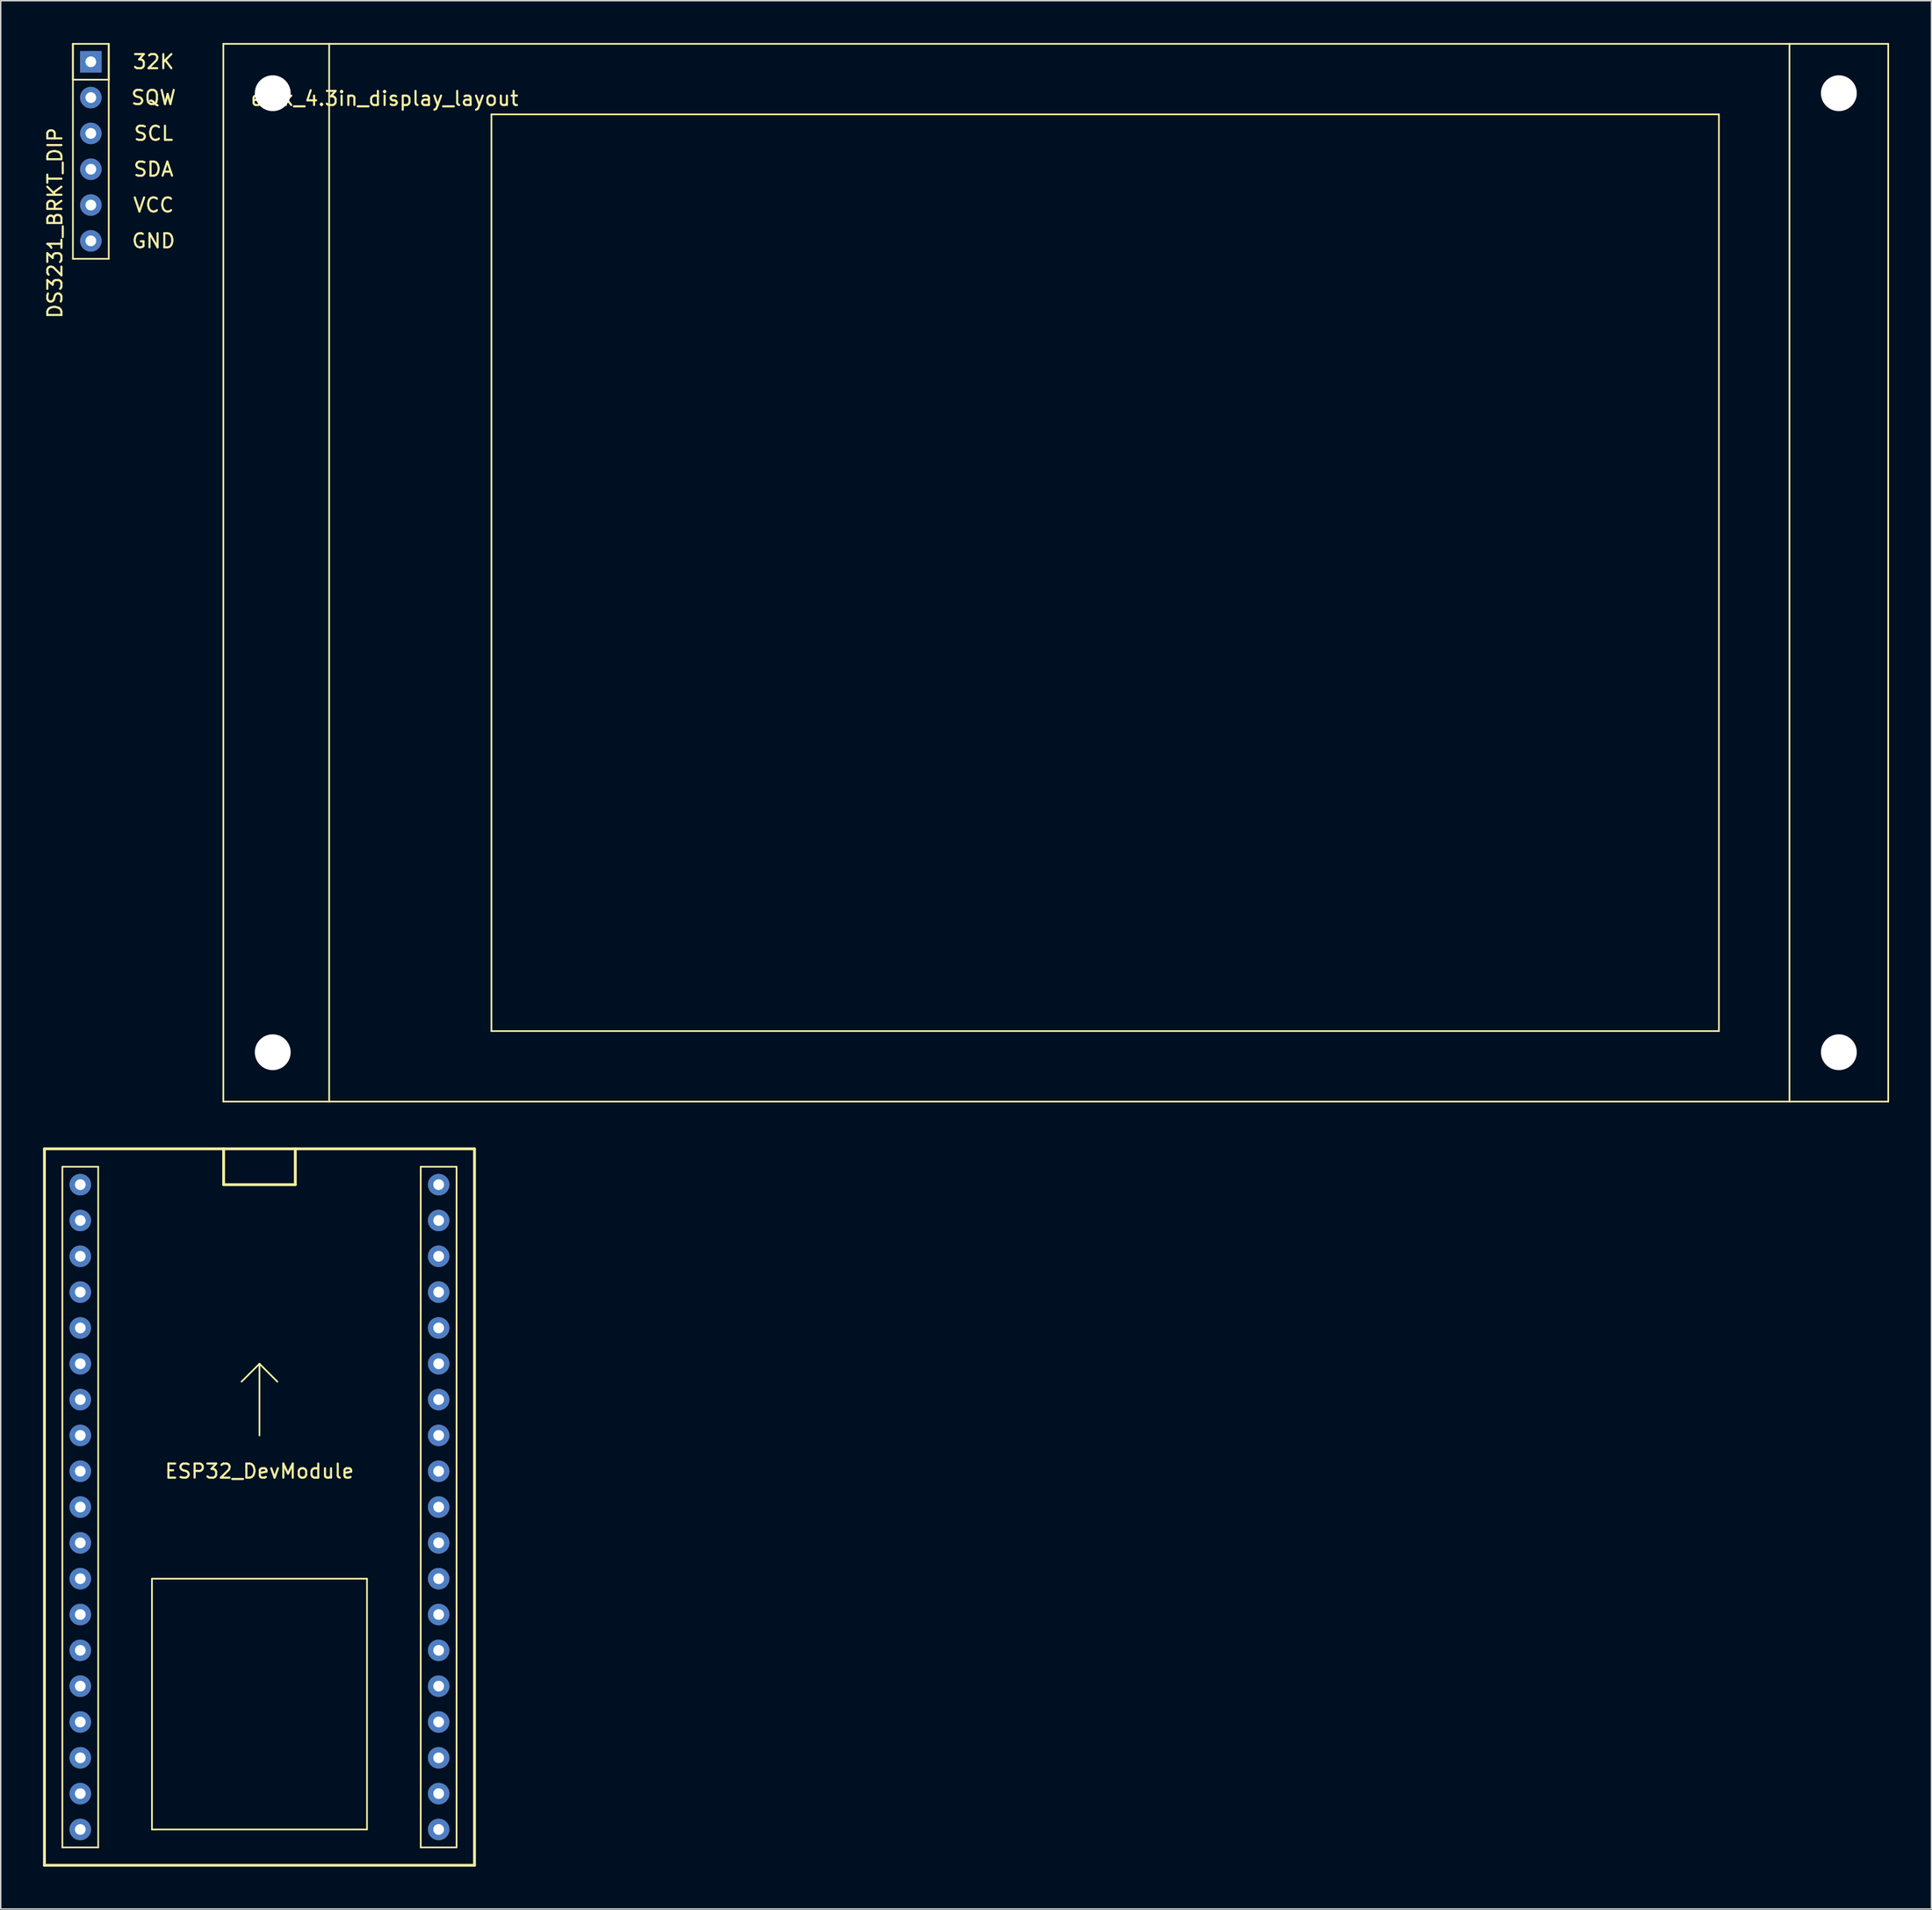
<source format=kicad_pcb>
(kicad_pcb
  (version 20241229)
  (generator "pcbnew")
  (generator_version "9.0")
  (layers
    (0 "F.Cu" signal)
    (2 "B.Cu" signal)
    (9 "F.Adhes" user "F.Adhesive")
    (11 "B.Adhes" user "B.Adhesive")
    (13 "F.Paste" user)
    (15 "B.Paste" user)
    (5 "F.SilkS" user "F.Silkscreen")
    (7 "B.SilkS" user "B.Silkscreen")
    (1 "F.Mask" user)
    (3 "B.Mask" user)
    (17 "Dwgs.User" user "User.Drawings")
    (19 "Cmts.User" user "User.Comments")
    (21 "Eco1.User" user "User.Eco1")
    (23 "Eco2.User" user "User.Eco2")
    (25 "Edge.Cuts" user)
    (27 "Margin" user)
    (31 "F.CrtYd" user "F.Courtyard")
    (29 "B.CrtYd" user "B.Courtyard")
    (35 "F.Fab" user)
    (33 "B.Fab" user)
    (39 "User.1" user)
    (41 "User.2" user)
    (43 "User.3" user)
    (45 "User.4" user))
  (footprint "DS3231_BRKT_DIP"
    (layer "F.Cu")
    (at 3.388 1.33)
    (property "Reference" "DS3231_BRKT_DIP" (at -2.54 11.43 90) (layer "F.SilkS") (effects (font (size 1 1) (thickness 0.15))))
    (attr through_hole)
    (fp_line (start -1.27 -1.27) (end -1.27 1.27) (stroke (width 0.12) (type solid)) (layer "F.SilkS"))
    (fp_line (start -1.27 -1.27) (end 1.27 -1.27) (stroke (width 0.12) (type solid)) (layer "F.SilkS"))
    (fp_line (start -1.27 1.27) (end 1.27 1.27) (stroke (width 0.12) (type solid)) (layer "F.SilkS"))
    (fp_line (start -1.27 13.97) (end -1.27 -1.27) (stroke (width 0.12) (type solid)) (layer "F.SilkS"))
    (fp_line (start 1.27 -1.27) (end 1.27 13.97) (stroke (width 0.12) (type solid)) (layer "F.SilkS"))
    (fp_line (start 1.27 1.27) (end 1.27 -1.27) (stroke (width 0.12) (type solid)) (layer "F.SilkS"))
    (fp_line (start 1.27 13.97) (end -1.27 13.97) (stroke (width 0.12) (type solid)) (layer "F.SilkS"))
    (fp_text user "SCL" (at 4.445 5.08 0) (layer "F.SilkS") (effects (font (size 1 1) (thickness 0.15))))
    (fp_text user "VCC" (at 4.445 10.16 0) (layer "F.SilkS") (effects (font (size 1 1) (thickness 0.15))))
    (fp_text user "GND" (at 4.445 12.7 0) (layer "F.SilkS") (effects (font (size 1 1) (thickness 0.15))))
    (fp_text user "32K" (at 4.445 0 0) (layer "F.SilkS") (effects (font (size 1 1) (thickness 0.15))))
    (fp_text user "SDA" (at 4.445 7.62 0) (layer "F.SilkS") (effects (font (size 1 1) (thickness 0.15))))
    (fp_text user "SQW" (at 4.445 2.54 0) (layer "F.SilkS") (effects (font (size 1 1) (thickness 0.15))))
    (pad "1" thru_hole rect (at 0 0) (size 1.524 1.524) (drill 0.762) (layers "*.Cu" "*.Mask"))
    (pad "2" thru_hole circle (at 0 2.54) (size 1.524 1.524) (drill 0.762) (layers "*.Cu" "*.Mask"))
    (pad "3" thru_hole circle (at 0 5.08) (size 1.524 1.524) (drill 0.762) (layers "*.Cu" "*.Mask"))
    (pad "4" thru_hole circle (at 0 7.62) (size 1.524 1.524) (drill 0.762) (layers "*.Cu" "*.Mask"))
    (pad "5" thru_hole circle (at 0 10.16) (size 1.524 1.524) (drill 0.762) (layers "*.Cu" "*.Mask"))
    (pad "6" thru_hole circle (at 0 12.7) (size 1.524 1.524) (drill 0.762) (layers "*.Cu" "*.Mask")))
  (footprint "ESP32_DevModule"
    (layer "F.Cu")
    (at 2.64 80.95)
    (property "Reference" "ESP32_DevModule" (at 12.7 20.32 0) (layer "F.SilkS") (effects (font (size 1 1) (thickness 0.15))))
    (attr through_hole)
    (fp_line (start -2.54 -2.54) (end 27.94 -2.54) (stroke (width 0.2) (type solid)) (layer "F.SilkS"))
    (fp_line (start -2.54 48.26) (end -2.54 -2.54) (stroke (width 0.2) (type solid)) (layer "F.SilkS"))
    (fp_line (start -1.27 -1.27) (end 1.27 -1.27) (stroke (width 0.12) (type solid)) (layer "F.SilkS"))
    (fp_line (start -1.27 46.99) (end -1.27 -1.27) (stroke (width 0.12) (type solid)) (layer "F.SilkS"))
    (fp_line (start 1.27 -1.27) (end 1.27 46.99) (stroke (width 0.12) (type solid)) (layer "F.SilkS"))
    (fp_line (start 1.27 46.99) (end -1.27 46.99) (stroke (width 0.12) (type solid)) (layer "F.SilkS"))
    (fp_line (start 5.08 27.94) (end 5.08 45.72) (stroke (width 0.12) (type solid)) (layer "F.SilkS"))
    (fp_line (start 5.08 45.72) (end 20.32 45.72) (stroke (width 0.12) (type solid)) (layer "F.SilkS"))
    (fp_line (start 10.16 -2.54) (end 10.16 0) (stroke (width 0.2) (type solid)) (layer "F.SilkS"))
    (fp_line (start 10.16 0) (end 15.24 0) (stroke (width 0.2) (type solid)) (layer "F.SilkS"))
    (fp_line (start 12.7 12.7) (end 11.43 13.97) (stroke (width 0.12) (type solid)) (layer "F.SilkS"))
    (fp_line (start 12.7 12.7) (end 12.7 17.78) (stroke (width 0.12) (type solid)) (layer "F.SilkS"))
    (fp_line (start 12.7 12.7) (end 13.97 13.97) (stroke (width 0.12) (type solid)) (layer "F.SilkS"))
    (fp_line (start 15.24 0) (end 15.24 -2.54) (stroke (width 0.2) (type solid)) (layer "F.SilkS"))
    (fp_line (start 20.32 27.94) (end 5.08 27.94) (stroke (width 0.12) (type solid)) (layer "F.SilkS"))
    (fp_line (start 20.32 45.72) (end 20.32 27.94) (stroke (width 0.12) (type solid)) (layer "F.SilkS"))
    (fp_line (start 24.13 -1.27) (end 26.67 -1.27) (stroke (width 0.12) (type solid)) (layer "F.SilkS"))
    (fp_line (start 24.13 46.99) (end 24.13 -1.27) (stroke (width 0.12) (type solid)) (layer "F.SilkS"))
    (fp_line (start 26.67 -1.27) (end 26.67 46.99) (stroke (width 0.12) (type solid)) (layer "F.SilkS"))
    (fp_line (start 26.67 46.99) (end 24.13 46.99) (stroke (width 0.12) (type solid)) (layer "F.SilkS"))
    (fp_line (start 27.94 -2.54) (end 27.94 48.26) (stroke (width 0.2) (type solid)) (layer "F.SilkS"))
    (fp_line (start 27.94 48.26) (end -2.54 48.26) (stroke (width 0.2) (type solid)) (layer "F.SilkS"))
    (pad "1" thru_hole circle (at 0 30.48) (size 1.524 1.524) (drill 0.762) (layers "*.Cu" "*.Mask"))
    (pad "1" thru_hole circle (at 0 45.72) (size 1.524 1.524) (drill 0.762) (layers "*.Cu" "*.Mask"))
    (pad "1" thru_hole circle (at 25.4 12.7) (size 1.524 1.524) (drill 0.762) (layers "*.Cu" "*.Mask"))
    (pad "2" thru_hole circle (at 25.4 45.72) (size 1.524 1.524) (drill 0.762) (layers "*.Cu" "*.Mask"))
    (pad "3" thru_hole circle (at 25.4 43.18) (size 1.524 1.524) (drill 0.762) (layers "*.Cu" "*.Mask"))
    (pad "4" thru_hole circle (at 25.4 40.64) (size 1.524 1.524) (drill 0.762) (layers "*.Cu" "*.Mask"))
    (pad "5" thru_hole circle (at 25.4 38.1) (size 1.524 1.524) (drill 0.762) (layers "*.Cu" "*.Mask"))
    (pad "6" thru_hole circle (at 25.4 35.56) (size 1.524 1.524) (drill 0.762) (layers "*.Cu" "*.Mask"))
    (pad "7" thru_hole circle (at 25.4 33.02) (size 1.524 1.524) (drill 0.762) (layers "*.Cu" "*.Mask" "B.Paste"))
    (pad "8" thru_hole circle (at 25.4 30.48) (size 1.524 1.524) (drill 0.762) (layers "*.Cu" "*.Mask"))
    (pad "9" thru_hole circle (at 25.4 27.94) (size 1.524 1.524) (drill 0.762) (layers "*.Cu" "*.Mask"))
    (pad "10" thru_hole circle (at 25.4 25.4) (size 1.524 1.524) (drill 0.762) (layers "*.Cu" "*.Mask"))
    (pad "11" thru_hole circle (at 25.4 22.86) (size 1.524 1.524) (drill 0.762) (layers "*.Cu" "*.Mask"))
    (pad "12" thru_hole circle (at 25.4 20.32) (size 1.524 1.524) (drill 0.762) (layers "*.Cu" "*.Mask"))
    (pad "13" thru_hole circle (at 25.4 17.78) (size 1.524 1.524) (drill 0.762) (layers "*.Cu" "*.Mask"))
    (pad "14" thru_hole circle (at 25.4 15.24) (size 1.524 1.524) (drill 0.762) (layers "*.Cu" "*.Mask"))
    (pad "16" thru_hole circle (at 25.4 10.16) (size 1.524 1.524) (drill 0.762) (layers "*.Cu" "*.Mask"))
    (pad "17" thru_hole circle (at 25.4 7.62) (size 1.524 1.524) (drill 0.762) (layers "*.Cu" "*.Mask"))
    (pad "18" thru_hole circle (at 25.4 5.08) (size 1.524 1.524) (drill 0.762) (layers "*.Cu" "*.Mask"))
    (pad "19" thru_hole circle (at 25.4 2.54) (size 1.524 1.524) (drill 0.762) (layers "*.Cu" "*.Mask"))
    (pad "20" thru_hole circle (at 0 0) (size 1.524 1.524) (drill 0.762) (layers "*.Cu" "*.Mask"))
    (pad "21" thru_hole circle (at 0 2.54) (size 1.524 1.524) (drill 0.762) (layers "*.Cu" "*.Mask"))
    (pad "22" thru_hole circle (at 0 5.08) (size 1.524 1.524) (drill 0.762) (layers "*.Cu" "*.Mask"))
    (pad "23" thru_hole circle (at 0 7.62) (size 1.524 1.524) (drill 0.762) (layers "*.Cu" "*.Mask"))
    (pad "24" thru_hole circle (at 0 10.16) (size 1.524 1.524) (drill 0.762) (layers "*.Cu" "*.Mask"))
    (pad "25" thru_hole circle (at 0 12.7) (size 1.524 1.524) (drill 0.762) (layers "*.Cu" "*.Mask"))
    (pad "26" thru_hole circle (at 0 15.24) (size 1.524 1.524) (drill 0.762) (layers "*.Cu" "*.Mask"))
    (pad "27" thru_hole circle (at 0 17.78) (size 1.524 1.524) (drill 0.762) (layers "*.Cu" "*.Mask"))
    (pad "28" thru_hole circle (at 0 20.32) (size 1.524 1.524) (drill 0.762) (layers "*.Cu" "*.Mask"))
    (pad "29" thru_hole circle (at 0 22.86) (size 1.524 1.524) (drill 0.762) (layers "*.Cu" "*.Mask"))
    (pad "30" thru_hole circle (at 0 25.4) (size 1.524 1.524) (drill 0.762) (layers "*.Cu" "*.Mask"))
    (pad "31" thru_hole circle (at 0 27.94) (size 1.524 1.524) (drill 0.762) (layers "*.Cu" "*.Mask"))
    (pad "33" thru_hole circle (at 0 33.02) (size 1.524 1.524) (drill 0.762) (layers "*.Cu" "*.Mask"))
    (pad "34" thru_hole circle (at 0 35.56) (size 1.524 1.524) (drill 0.762) (layers "*.Cu" "*.Mask"))
    (pad "35" thru_hole circle (at 0 38.1) (size 1.524 1.524) (drill 0.762) (layers "*.Cu" "*.Mask"))
    (pad "36" thru_hole circle (at 0 40.64) (size 1.524 1.524) (drill 0.762) (layers "*.Cu" "*.Mask"))
    (pad "37" thru_hole circle (at 0 43.18) (size 1.524 1.524) (drill 0.762) (layers "*.Cu" "*.Mask"))
    (pad "40" thru_hole circle (at 25.4 0) (size 1.524 1.524) (drill 0.762) (layers "*.Cu" "*.Mask")))
  (footprint "eInk_4.3in_display_layout"
    (layer "F.Cu")
    (at 12.78 75.06)
    (property "Reference" "eInk_4.3in_display_layout" (at 11.43 -71.12 0) (layer "F.SilkS") (effects (font (size 1 1) (thickness 0.15))))
    (attr through_hole)
    (fp_line (start 0 -75) (end 118 -75) (stroke (width 0.12) (type solid)) (layer "F.SilkS"))
    (fp_line (start 0 0) (end 0 -75) (stroke (width 0.12) (type solid)) (layer "F.SilkS"))
    (fp_line (start 0 0) (end 118 0) (stroke (width 0.12) (type solid)) (layer "F.SilkS"))
    (fp_line (start 7.5 -75) (end 7.5 0) (stroke (width 0.12) (type solid)) (layer "F.SilkS"))
    (fp_line (start 19 -70) (end 106 -70) (stroke (width 0.12) (type solid)) (layer "F.SilkS"))
    (fp_line (start 19 -5) (end 19 -70) (stroke (width 0.12) (type solid)) (layer "F.SilkS"))
    (fp_line (start 19 -5) (end 106 -5) (stroke (width 0.12) (type solid)) (layer "F.SilkS"))
    (fp_line (start 106 -5) (end 106 -70) (stroke (width 0.12) (type solid)) (layer "F.SilkS"))
    (fp_line (start 111 -75) (end 111 0) (stroke (width 0.12) (type solid)) (layer "F.SilkS"))
    (fp_line (start 118 0) (end 118 -75) (stroke (width 0.12) (type solid)) (layer "F.SilkS"))
    (pad "" np_thru_hole circle (at 3.5 -71.5) (size 2.54 2.54) (drill 2.54) (layers "*.Cu" "*.Mask"))
    (pad "" np_thru_hole circle (at 3.5 -3.5) (size 2.54 2.54) (drill 2.54) (layers "*.Cu" "*.Mask"))
    (pad "" np_thru_hole circle (at 114.5 -71.5) (size 2.54 2.54) (drill 2.54) (layers "*.Cu" "*.Mask"))
    (pad "" np_thru_hole circle (at 114.5 -3.5) (size 2.54 2.54) (drill 2.54) (layers "*.Cu" "*.Mask")))
  (gr_rect
    (start -3 -3)
    (end 133.84 132.31)
    (stroke (width 0.1) (type default))
    (fill no)
    (layer "Edge.Cuts")))
</source>
